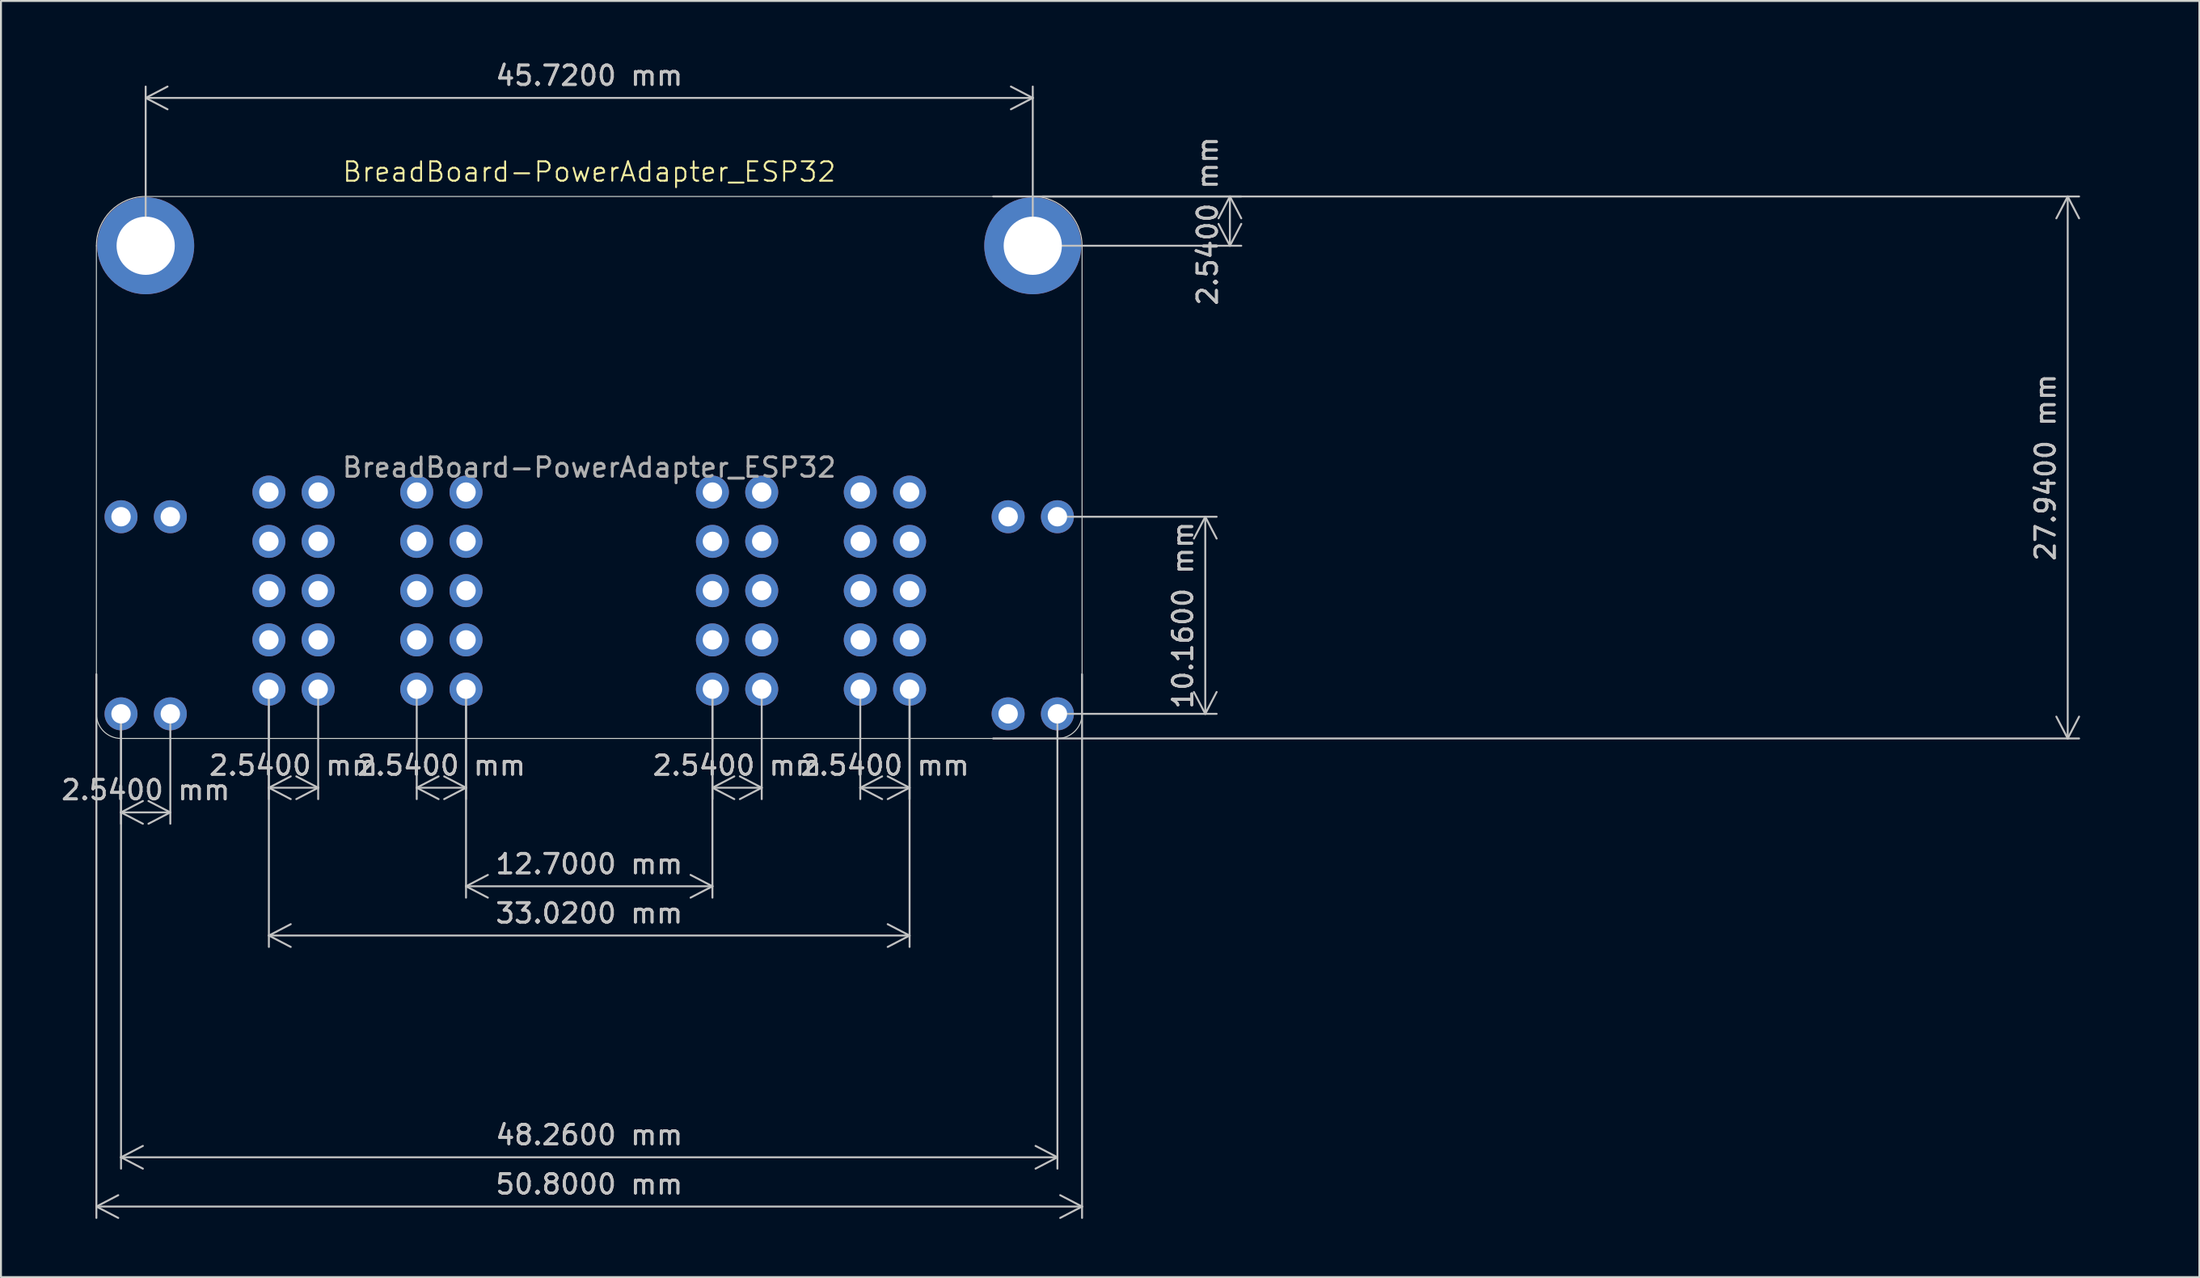
<source format=kicad_pcb>
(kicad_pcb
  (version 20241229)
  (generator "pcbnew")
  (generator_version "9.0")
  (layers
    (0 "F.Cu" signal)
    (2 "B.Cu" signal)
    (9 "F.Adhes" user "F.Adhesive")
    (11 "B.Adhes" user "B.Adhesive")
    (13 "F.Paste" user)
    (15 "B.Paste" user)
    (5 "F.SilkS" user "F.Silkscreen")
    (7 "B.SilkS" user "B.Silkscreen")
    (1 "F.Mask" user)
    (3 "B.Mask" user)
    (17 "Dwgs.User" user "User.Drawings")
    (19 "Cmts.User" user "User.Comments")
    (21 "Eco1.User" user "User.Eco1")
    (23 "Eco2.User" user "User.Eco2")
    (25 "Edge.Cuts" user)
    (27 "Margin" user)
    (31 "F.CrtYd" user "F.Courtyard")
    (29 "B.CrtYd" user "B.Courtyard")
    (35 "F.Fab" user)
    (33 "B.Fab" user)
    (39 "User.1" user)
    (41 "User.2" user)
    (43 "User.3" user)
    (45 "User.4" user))
  (footprint "BreadBoard-PowerAdapter_ESP32"
    (layer "F.Cu")
    (at 27.318 21.048)
    (property "Reference" "BreadBoard-PowerAdapter_ESP32" (at 0 -15.24 0) (unlocked yes) (layer "F.SilkS") (effects (font (size 1 1) (thickness 0.1))))
    (attr through_hole)
    (fp_line (start -25.4 12.7) (end -25.4 -11.43) (stroke (width 0.05) (type default)) (layer "Edge.Cuts"))
    (fp_line (start -24.13 13.97) (end 24.13 13.97) (stroke (width 0.05) (type default)) (layer "Edge.Cuts"))
    (fp_line (start -22.86 -13.97) (end 22.86 -13.97) (stroke (width 0.05) (type default)) (layer "Edge.Cuts"))
    (fp_line (start 25.4 -11.43) (end 25.4 12.7) (stroke (width 0.05) (type default)) (layer "Edge.Cuts"))
    (fp_arc (start -25.4 -11.43) (mid -24.656051 -13.226051) (end -22.86 -13.97) (stroke (width 0.05) (type default)) (layer "Edge.Cuts"))
    (fp_arc (start -24.13 13.97) (mid -25.028026 13.598026) (end -25.4 12.7) (stroke (width 0.05) (type default)) (layer "Edge.Cuts"))
    (fp_arc (start 22.86 -13.97) (mid 24.656051 -13.226051) (end 25.4 -11.43) (stroke (width 0.05) (type default)) (layer "Edge.Cuts"))
    (fp_arc (start 25.4 12.7) (mid 25.028026 13.598026) (end 24.13 13.97) (stroke (width 0.05) (type default)) (layer "Edge.Cuts"))
    (fp_text user "${REFERENCE}" (at 0 0 0) (unlocked yes) (layer "F.Fab") (effects (font (size 1 1) (thickness 0.15))))
    (dimension (type aligned) (layer "Dwgs.User") (pts (xy 50.178 9.618) (xy 50.178 7.078)) (height 10.16) (format (prefix "") (suffix "") (units 3) (units_format 1) (precision 4)) (style (thickness 0.1) (arrow_length 1.27) (text_position_mode 0) (arrow_direction outward) (extension_height 0.586) (extension_offset 0.5) (keep_text_aligned yes)) (gr_text "2.5400 mm" (at 59.188 8.348 90) (layer "Dwgs.User") (effects (font (size 1 1) (thickness 0.15)))))
    (dimension (type aligned) (layer "Dwgs.User") (pts (xy 20.968 32.478) (xy 33.668 32.478)) (height 10.16) (format (prefix "") (suffix "") (units 3) (units_format 1) (precision 4)) (style (thickness 0.1) (arrow_length 1.27) (text_position_mode 0) (arrow_direction outward) (extension_height 0.586) (extension_offset 0.5) (keep_text_aligned yes)) (gr_text "12.7000 mm" (at 27.318 41.488 0) (layer "Dwgs.User") (effects (font (size 1 1) (thickness 0.15)))))
    (dimension (type aligned) (layer "Dwgs.User") (pts (xy 10.808 32.478) (xy 13.348 32.478)) (height 5.08) (format (prefix "") (suffix "") (units 3) (units_format 1) (precision 4)) (style (thickness 0.1) (arrow_length 1.27) (text_position_mode 0) (arrow_direction outward) (extension_height 0.586) (extension_offset 0.5) (keep_text_aligned yes)) (gr_text "2.5400 mm" (at 12.078 36.408 0) (layer "Dwgs.User") (effects (font (size 1 1) (thickness 0.15)))))
    (dimension (type aligned) (layer "Dwgs.User") (pts (xy 33.668 32.478) (xy 36.208 32.478)) (height 5.08) (format (prefix "") (suffix "") (units 3) (units_format 1) (precision 4)) (style (thickness 0.1) (arrow_length 1.27) (text_position_mode 0) (arrow_direction outward) (extension_height 0.586) (extension_offset 0.5) (keep_text_aligned yes)) (gr_text "2.5400 mm" (at 34.938 36.408 0) (layer "Dwgs.User") (effects (font (size 1 1) (thickness 0.15)))))
    (dimension (type aligned) (layer "Dwgs.User") (pts (xy 47.638 35.018) (xy 47.638 7.078)) (height 55.88) (format (prefix "") (suffix "") (units 3) (units_format 1) (precision 4)) (style (thickness 0.1) (arrow_length 1.27) (text_position_mode 0) (arrow_direction outward) (extension_height 0.586) (extension_offset 0.5) (keep_text_aligned yes)) (gr_text "27.9400 mm" (at 102.368 21.048 90) (layer "Dwgs.User") (effects (font (size 1 1) (thickness 0.15)))))
    (dimension (type aligned) (layer "Dwgs.User") (pts (xy 51.448 33.748) (xy 3.188 33.748)) (height -22.86) (format (prefix "") (suffix "") (units 3) (units_format 1) (precision 4)) (style (thickness 0.1) (arrow_length 1.27) (text_position_mode 0) (arrow_direction outward) (extension_height 0.586) (extension_offset 0.5) (keep_text_aligned yes)) (gr_text "48.2600 mm" (at 27.318 55.458 0) (layer "Dwgs.User") (effects (font (size 1 1) (thickness 0.15)))))
    (dimension (type aligned) (layer "Dwgs.User") (pts (xy 41.288 32.478) (xy 43.828 32.478)) (height 5.08) (format (prefix "") (suffix "") (units 3) (units_format 1) (precision 4)) (style (thickness 0.1) (arrow_length 1.27) (text_position_mode 0) (arrow_direction outward) (extension_height 0.586) (extension_offset 0.5) (keep_text_aligned yes)) (gr_text "2.5400 mm" (at 42.558 36.408 0) (layer "Dwgs.User") (effects (font (size 1 1) (thickness 0.15)))))
    (dimension (type aligned) (layer "Dwgs.User") (pts (xy 18.428 32.478) (xy 20.968 32.478)) (height 5.08) (format (prefix "") (suffix "") (units 3) (units_format 1) (precision 4)) (style (thickness 0.1) (arrow_length 1.27) (text_position_mode 0) (arrow_direction outward) (extension_height 0.586) (extension_offset 0.5) (keep_text_aligned yes)) (gr_text "2.5400 mm" (at 19.698 36.408 0) (layer "Dwgs.User") (effects (font (size 1 1) (thickness 0.15)))))
    (dimension (type aligned) (layer "Dwgs.User") (pts (xy 3.188 33.748) (xy 5.728 33.748)) (height 5.08) (format (prefix "") (suffix "") (units 3) (units_format 1) (precision 4)) (style (thickness 0.1) (arrow_length 1.27) (text_position_mode 0) (arrow_direction outward) (extension_height 0.586) (extension_offset 0.5) (keep_text_aligned yes)) (gr_text "2.5400 mm" (at 4.458 37.678 0) (layer "Dwgs.User") (effects (font (size 1 1) (thickness 0.15)))))
    (dimension (type aligned) (layer "Dwgs.User") (pts (xy 4.458 9.618) (xy 50.178 9.618)) (height -7.62) (format (prefix "") (suffix "") (units 3) (units_format 1) (precision 4)) (style (thickness 0.1) (arrow_length 1.27) (text_position_mode 0) (arrow_direction outward) (extension_height 0.586) (extension_offset 0.5) (keep_text_aligned yes)) (gr_text "45.7200 mm" (at 27.318 0.848 0) (layer "Dwgs.User") (effects (font (size 1 1) (thickness 0.15)))))
    (dimension (type aligned) (layer "Dwgs.User") (pts (xy 10.808 32.478) (xy 43.828 32.478)) (height 12.7) (format (prefix "") (suffix "") (units 3) (units_format 1) (precision 4)) (style (thickness 0.1) (arrow_length 1.27) (text_position_mode 0) (arrow_direction outward) (extension_height 0.586) (extension_offset 0.5) (keep_text_aligned yes)) (gr_text "33.0200 mm" (at 27.318 44.028 0) (layer "Dwgs.User") (effects (font (size 1 1) (thickness 0.15)))))
    (dimension (type aligned) (layer "Dwgs.User") (pts (xy 52.718 31.208) (xy 1.918 31.208)) (height -27.94) (format (prefix "") (suffix "") (units 3) (units_format 1) (precision 4)) (style (thickness 0.1) (arrow_length 1.27) (text_position_mode 0) (arrow_direction outward) (extension_height 0.586) (extension_offset 0.5) (keep_text_aligned yes)) (gr_text "50.8000 mm" (at 27.318 57.998 0) (layer "Dwgs.User") (effects (font (size 1 1) (thickness 0.15)))))
    (dimension (type aligned) (layer "Dwgs.User") (pts (xy 51.448 33.748) (xy 51.448 23.588)) (height 7.62) (format (prefix "") (suffix "") (units 3) (units_format 1) (precision 4)) (style (thickness 0.1) (arrow_length 1.27) (text_position_mode 0) (arrow_direction outward) (extension_height 0.586) (extension_offset 0.5) (keep_text_aligned yes)) (gr_text "10.1600 mm" (at 57.918 28.668 90) (layer "Dwgs.User") (effects (font (size 1 1) (thickness 0.15)))))
    (pad "A1" thru_hole circle (at -16.51 1.27) (size 1.7 1.7) (drill 1) (layers "*.Cu" "*.Mask"))
    (pad "A2" thru_hole circle (at -16.51 3.81) (size 1.7 1.7) (drill 1) (layers "*.Cu" "*.Mask"))
    (pad "A3" thru_hole circle (at -16.51 6.35) (size 1.7 1.7) (drill 1) (layers "*.Cu" "*.Mask"))
    (pad "A4" thru_hole circle (at -16.51 8.89) (size 1.7 1.7) (drill 1) (layers "*.Cu" "*.Mask"))
    (pad "A5" thru_hole circle (at -16.51 11.43) (size 1.7 1.7) (drill 1) (layers "*.Cu" "*.Mask"))
    (pad "A6" thru_hole circle (at -13.97 1.27) (size 1.7 1.7) (drill 1) (layers "*.Cu" "*.Mask"))
    (pad "A7" thru_hole circle (at -13.97 3.81) (size 1.7 1.7) (drill 1) (layers "*.Cu" "*.Mask"))
    (pad "A8" thru_hole circle (at -13.97 6.35) (size 1.7 1.7) (drill 1) (layers "*.Cu" "*.Mask"))
    (pad "A9" thru_hole circle (at -13.97 8.89) (size 1.7 1.7) (drill 1) (layers "*.Cu" "*.Mask"))
    (pad "A10" thru_hole circle (at -13.97 11.43) (size 1.7 1.7) (drill 1) (layers "*.Cu" "*.Mask"))
    (pad "A11" thru_hole circle (at -8.89 1.27) (size 1.7 1.7) (drill 1) (layers "*.Cu" "*.Mask"))
    (pad "A12" thru_hole circle (at -8.89 3.81) (size 1.7 1.7) (drill 1) (layers "*.Cu" "*.Mask"))
    (pad "A13" thru_hole circle (at -8.89 6.35) (size 1.7 1.7) (drill 1) (layers "*.Cu" "*.Mask"))
    (pad "A14" thru_hole circle (at -8.89 8.89) (size 1.7 1.7) (drill 1) (layers "*.Cu" "*.Mask"))
    (pad "A15" thru_hole circle (at -8.89 11.43) (size 1.7 1.7) (drill 1) (layers "*.Cu" "*.Mask"))
    (pad "A16" thru_hole circle (at -6.35 1.27) (size 1.7 1.7) (drill 1) (layers "*.Cu" "*.Mask"))
    (pad "A17" thru_hole circle (at -6.35 3.81) (size 1.7 1.7) (drill 1) (layers "*.Cu" "*.Mask"))
    (pad "A18" thru_hole circle (at -6.35 6.35) (size 1.7 1.7) (drill 1) (layers "*.Cu" "*.Mask"))
    (pad "A19" thru_hole circle (at -6.35 8.89) (size 1.7 1.7) (drill 1) (layers "*.Cu" "*.Mask"))
    (pad "A20" thru_hole circle (at -6.35 11.43) (size 1.7 1.7) (drill 1) (layers "*.Cu" "*.Mask"))
    (pad "B1" thru_hole circle (at 6.35 1.27) (size 1.7 1.7) (drill 1) (layers "*.Cu" "*.Mask"))
    (pad "B2" thru_hole circle (at 6.35 3.81) (size 1.7 1.7) (drill 1) (layers "*.Cu" "*.Mask"))
    (pad "B3" thru_hole circle (at 6.35 6.35) (size 1.7 1.7) (drill 1) (layers "*.Cu" "*.Mask"))
    (pad "B4" thru_hole circle (at 6.35 8.89) (size 1.7 1.7) (drill 1) (layers "*.Cu" "*.Mask"))
    (pad "B5" thru_hole circle (at 6.35 11.43) (size 1.7 1.7) (drill 1) (layers "*.Cu" "*.Mask"))
    (pad "B6" thru_hole circle (at 8.89 1.27) (size 1.7 1.7) (drill 1) (layers "*.Cu" "*.Mask"))
    (pad "B7" thru_hole circle (at 8.89 3.81) (size 1.7 1.7) (drill 1) (layers "*.Cu" "*.Mask"))
    (pad "B8" thru_hole circle (at 8.89 6.35) (size 1.7 1.7) (drill 1) (layers "*.Cu" "*.Mask"))
    (pad "B9" thru_hole circle (at 8.89 8.89) (size 1.7 1.7) (drill 1) (layers "*.Cu" "*.Mask"))
    (pad "B10" thru_hole circle (at 8.89 11.43) (size 1.7 1.7) (drill 1) (layers "*.Cu" "*.Mask"))
    (pad "B11" thru_hole circle (at 13.97 1.27) (size 1.7 1.7) (drill 1) (layers "*.Cu" "*.Mask"))
    (pad "B12" thru_hole circle (at 13.97 3.81) (size 1.7 1.7) (drill 1) (layers "*.Cu" "*.Mask"))
    (pad "B13" thru_hole circle (at 13.97 6.35) (size 1.7 1.7) (drill 1) (layers "*.Cu" "*.Mask"))
    (pad "B14" thru_hole circle (at 13.97 8.89) (size 1.7 1.7) (drill 1) (layers "*.Cu" "*.Mask"))
    (pad "B15" thru_hole circle (at 13.97 11.43) (size 1.7 1.7) (drill 1) (layers "*.Cu" "*.Mask"))
    (pad "B16" thru_hole circle (at 16.51 1.27) (size 1.7 1.7) (drill 1) (layers "*.Cu" "*.Mask"))
    (pad "B17" thru_hole circle (at 16.51 3.81) (size 1.7 1.7) (drill 1) (layers "*.Cu" "*.Mask"))
    (pad "B18" thru_hole circle (at 16.51 6.35) (size 1.7 1.7) (drill 1) (layers "*.Cu" "*.Mask"))
    (pad "B19" thru_hole circle (at 16.51 8.89) (size 1.7 1.7) (drill 1) (layers "*.Cu" "*.Mask"))
    (pad "B20" thru_hole circle (at 16.51 11.43) (size 1.7 1.7) (drill 1) (layers "*.Cu" "*.Mask"))
    (pad "G1" thru_hole circle (at -21.59 2.54) (size 1.7 1.7) (drill 1) (layers "*.Cu" "*.Mask"))
    (pad "G1" thru_hole circle (at -21.59 12.7) (size 1.7 1.7) (drill 1) (layers "*.Cu" "*.Mask"))
    (pad "G2" thru_hole circle (at 24.13 2.54) (size 1.7 1.7) (drill 1) (layers "*.Cu" "*.Mask"))
    (pad "G2" thru_hole circle (at 24.13 12.7) (size 1.7 1.7) (drill 1) (layers "*.Cu" "*.Mask"))
    (pad "GND" thru_hole circle (at -22.86 -11.43) (size 5 5) (drill 3) (layers "*.Cu" "*.Mask"))
    (pad "GND" thru_hole circle (at 22.86 -11.43) (size 5 5) (drill 3) (layers "*.Cu" "*.Mask"))
    (pad "V1" thru_hole circle (at -24.13 2.54) (size 1.7 1.7) (drill 1) (layers "*.Cu" "*.Mask"))
    (pad "V1" thru_hole circle (at -24.13 12.7) (size 1.7 1.7) (drill 1) (layers "*.Cu" "*.Mask"))
    (pad "V2" thru_hole circle (at 21.59 2.54) (size 1.7 1.7) (drill 1) (layers "*.Cu" "*.Mask"))
    (pad "V2" thru_hole circle (at 21.59 12.7) (size 1.7 1.7) (drill 1) (layers "*.Cu" "*.Mask")))
  (gr_rect
    (start -3 -3)
    (end 110.303 62.785)
    (stroke (width 0.1) (type default))
    (fill no)
    (layer "Edge.Cuts")))
</source>
